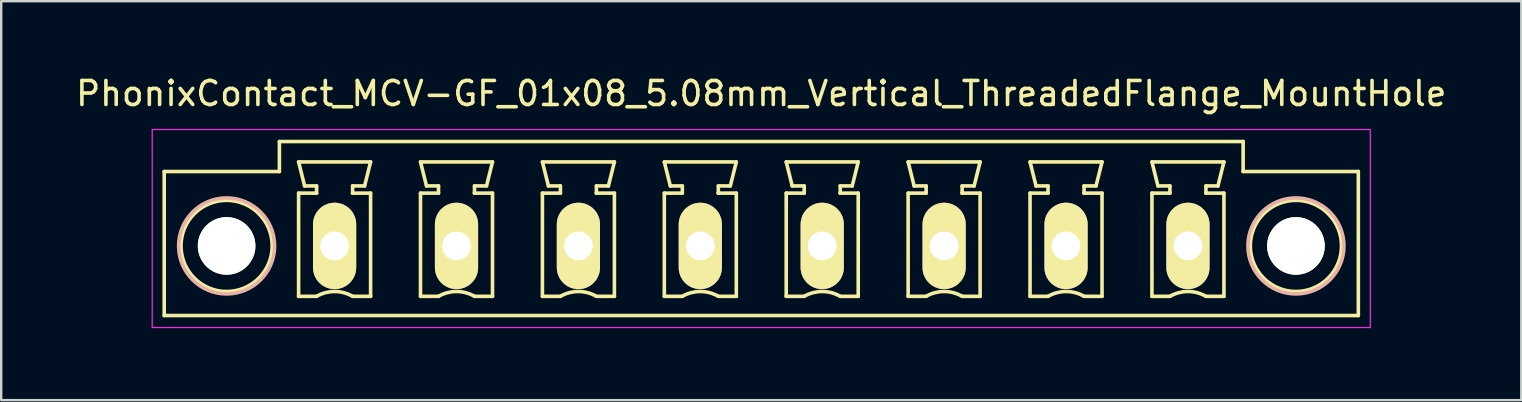
<source format=kicad_pcb>
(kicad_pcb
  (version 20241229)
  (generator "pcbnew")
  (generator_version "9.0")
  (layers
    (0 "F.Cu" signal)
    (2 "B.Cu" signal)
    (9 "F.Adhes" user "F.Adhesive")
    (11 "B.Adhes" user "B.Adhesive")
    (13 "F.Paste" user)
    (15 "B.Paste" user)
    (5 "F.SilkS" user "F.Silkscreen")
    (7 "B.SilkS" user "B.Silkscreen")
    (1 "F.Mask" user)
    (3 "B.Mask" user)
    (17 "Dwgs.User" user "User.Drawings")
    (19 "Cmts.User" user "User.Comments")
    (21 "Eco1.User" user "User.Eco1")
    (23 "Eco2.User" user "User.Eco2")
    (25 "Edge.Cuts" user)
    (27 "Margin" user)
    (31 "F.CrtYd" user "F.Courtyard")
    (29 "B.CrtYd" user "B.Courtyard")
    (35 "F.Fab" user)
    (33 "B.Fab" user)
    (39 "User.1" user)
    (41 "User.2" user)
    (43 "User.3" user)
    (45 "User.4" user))
  (footprint "PhonixContact_MCV-GF_01x08_5.08mm_Vertical_ThreadedFlange_MountHole"
    (layer "F.Cu")
    (at 10.893 7.198)
    (property "Reference" "PhonixContact_MCV-GF_01x08_5.08mm_Vertical_ThreadedFlange_MountHole" (at 17.78 -6.35 0) (layer "F.SilkS") (effects (font (size 1 1) (thickness 0.15))))
    (attr through_hole)
    (fp_line (start -7.1 -3.1) (end -7.1 2.9) (stroke (width 0.15) (type solid)) (layer "F.SilkS"))
    (fp_line (start -7.1 2.9) (end 42.66 2.9) (stroke (width 0.15) (type solid)) (layer "F.SilkS"))
    (fp_line (start -2.3 -4.35) (end -2.3 -3.1) (stroke (width 0.15) (type solid)) (layer "F.SilkS"))
    (fp_line (start -2.3 -3.1) (end -7.1 -3.1) (stroke (width 0.15) (type solid)) (layer "F.SilkS"))
    (fp_line (start -1.5 -3.5) (end 1.5 -3.5) (stroke (width 0.15) (type solid)) (layer "F.SilkS"))
    (fp_line (start -1.5 -2.2) (end -0.75 -2.2) (stroke (width 0.15) (type solid)) (layer "F.SilkS"))
    (fp_line (start -1.5 2.1) (end -1.5 -2.2) (stroke (width 0.15) (type solid)) (layer "F.SilkS"))
    (fp_line (start -1.25 -2.5) (end -1.5 -3.5) (stroke (width 0.15) (type solid)) (layer "F.SilkS"))
    (fp_line (start -0.75 -2.5) (end -1.25 -2.5) (stroke (width 0.15) (type solid)) (layer "F.SilkS"))
    (fp_line (start -0.75 -2.2) (end -0.75 -2.5) (stroke (width 0.15) (type solid)) (layer "F.SilkS"))
    (fp_line (start -0.75 2.1) (end -1.5 2.1) (stroke (width 0.15) (type solid)) (layer "F.SilkS"))
    (fp_line (start 0.75 -2.5) (end 0.75 -2.2) (stroke (width 0.15) (type solid)) (layer "F.SilkS"))
    (fp_line (start 0.75 -2.2) (end 0.75 -2.2) (stroke (width 0.15) (type solid)) (layer "F.SilkS"))
    (fp_line (start 0.75 -2.2) (end 1.5 -2.2) (stroke (width 0.15) (type solid)) (layer "F.SilkS"))
    (fp_line (start 1.25 -2.5) (end 0.75 -2.5) (stroke (width 0.15) (type solid)) (layer "F.SilkS"))
    (fp_line (start 1.5 -3.5) (end 1.25 -2.5) (stroke (width 0.15) (type solid)) (layer "F.SilkS"))
    (fp_line (start 1.5 -2.2) (end 1.5 2.1) (stroke (width 0.15) (type solid)) (layer "F.SilkS"))
    (fp_line (start 1.5 2.1) (end 0.75 2.1) (stroke (width 0.15) (type solid)) (layer "F.SilkS"))
    (fp_line (start 3.58 -3.5) (end 6.58 -3.5) (stroke (width 0.15) (type solid)) (layer "F.SilkS"))
    (fp_line (start 3.58 -2.2) (end 4.33 -2.2) (stroke (width 0.15) (type solid)) (layer "F.SilkS"))
    (fp_line (start 3.58 2.1) (end 3.58 -2.2) (stroke (width 0.15) (type solid)) (layer "F.SilkS"))
    (fp_line (start 3.83 -2.5) (end 3.58 -3.5) (stroke (width 0.15) (type solid)) (layer "F.SilkS"))
    (fp_line (start 4.33 -2.5) (end 3.83 -2.5) (stroke (width 0.15) (type solid)) (layer "F.SilkS"))
    (fp_line (start 4.33 -2.2) (end 4.33 -2.5) (stroke (width 0.15) (type solid)) (layer "F.SilkS"))
    (fp_line (start 4.33 2.1) (end 3.58 2.1) (stroke (width 0.15) (type solid)) (layer "F.SilkS"))
    (fp_line (start 5.83 -2.5) (end 5.83 -2.2) (stroke (width 0.15) (type solid)) (layer "F.SilkS"))
    (fp_line (start 5.83 -2.2) (end 5.83 -2.2) (stroke (width 0.15) (type solid)) (layer "F.SilkS"))
    (fp_line (start 5.83 -2.2) (end 6.58 -2.2) (stroke (width 0.15) (type solid)) (layer "F.SilkS"))
    (fp_line (start 6.33 -2.5) (end 5.83 -2.5) (stroke (width 0.15) (type solid)) (layer "F.SilkS"))
    (fp_line (start 6.58 -3.5) (end 6.33 -2.5) (stroke (width 0.15) (type solid)) (layer "F.SilkS"))
    (fp_line (start 6.58 -2.2) (end 6.58 2.1) (stroke (width 0.15) (type solid)) (layer "F.SilkS"))
    (fp_line (start 6.58 2.1) (end 5.83 2.1) (stroke (width 0.15) (type solid)) (layer "F.SilkS"))
    (fp_line (start 8.66 -3.5) (end 11.66 -3.5) (stroke (width 0.15) (type solid)) (layer "F.SilkS"))
    (fp_line (start 8.66 -2.2) (end 9.41 -2.2) (stroke (width 0.15) (type solid)) (layer "F.SilkS"))
    (fp_line (start 8.66 2.1) (end 8.66 -2.2) (stroke (width 0.15) (type solid)) (layer "F.SilkS"))
    (fp_line (start 8.91 -2.5) (end 8.66 -3.5) (stroke (width 0.15) (type solid)) (layer "F.SilkS"))
    (fp_line (start 9.41 -2.5) (end 8.91 -2.5) (stroke (width 0.15) (type solid)) (layer "F.SilkS"))
    (fp_line (start 9.41 -2.2) (end 9.41 -2.5) (stroke (width 0.15) (type solid)) (layer "F.SilkS"))
    (fp_line (start 9.41 2.1) (end 8.66 2.1) (stroke (width 0.15) (type solid)) (layer "F.SilkS"))
    (fp_line (start 10.91 -2.5) (end 10.91 -2.2) (stroke (width 0.15) (type solid)) (layer "F.SilkS"))
    (fp_line (start 10.91 -2.2) (end 10.91 -2.2) (stroke (width 0.15) (type solid)) (layer "F.SilkS"))
    (fp_line (start 10.91 -2.2) (end 11.66 -2.2) (stroke (width 0.15) (type solid)) (layer "F.SilkS"))
    (fp_line (start 11.41 -2.5) (end 10.91 -2.5) (stroke (width 0.15) (type solid)) (layer "F.SilkS"))
    (fp_line (start 11.66 -3.5) (end 11.41 -2.5) (stroke (width 0.15) (type solid)) (layer "F.SilkS"))
    (fp_line (start 11.66 -2.2) (end 11.66 2.1) (stroke (width 0.15) (type solid)) (layer "F.SilkS"))
    (fp_line (start 11.66 2.1) (end 10.91 2.1) (stroke (width 0.15) (type solid)) (layer "F.SilkS"))
    (fp_line (start 13.74 -3.5) (end 16.74 -3.5) (stroke (width 0.15) (type solid)) (layer "F.SilkS"))
    (fp_line (start 13.74 -2.2) (end 14.49 -2.2) (stroke (width 0.15) (type solid)) (layer "F.SilkS"))
    (fp_line (start 13.74 2.1) (end 13.74 -2.2) (stroke (width 0.15) (type solid)) (layer "F.SilkS"))
    (fp_line (start 13.99 -2.5) (end 13.74 -3.5) (stroke (width 0.15) (type solid)) (layer "F.SilkS"))
    (fp_line (start 14.49 -2.5) (end 13.99 -2.5) (stroke (width 0.15) (type solid)) (layer "F.SilkS"))
    (fp_line (start 14.49 -2.2) (end 14.49 -2.5) (stroke (width 0.15) (type solid)) (layer "F.SilkS"))
    (fp_line (start 14.49 2.1) (end 13.74 2.1) (stroke (width 0.15) (type solid)) (layer "F.SilkS"))
    (fp_line (start 15.99 -2.5) (end 15.99 -2.2) (stroke (width 0.15) (type solid)) (layer "F.SilkS"))
    (fp_line (start 15.99 -2.2) (end 15.99 -2.2) (stroke (width 0.15) (type solid)) (layer "F.SilkS"))
    (fp_line (start 15.99 -2.2) (end 16.74 -2.2) (stroke (width 0.15) (type solid)) (layer "F.SilkS"))
    (fp_line (start 16.49 -2.5) (end 15.99 -2.5) (stroke (width 0.15) (type solid)) (layer "F.SilkS"))
    (fp_line (start 16.74 -3.5) (end 16.49 -2.5) (stroke (width 0.15) (type solid)) (layer "F.SilkS"))
    (fp_line (start 16.74 -2.2) (end 16.74 2.1) (stroke (width 0.15) (type solid)) (layer "F.SilkS"))
    (fp_line (start 16.74 2.1) (end 15.99 2.1) (stroke (width 0.15) (type solid)) (layer "F.SilkS"))
    (fp_line (start 18.82 -3.5) (end 21.82 -3.5) (stroke (width 0.15) (type solid)) (layer "F.SilkS"))
    (fp_line (start 18.82 -2.2) (end 19.57 -2.2) (stroke (width 0.15) (type solid)) (layer "F.SilkS"))
    (fp_line (start 18.82 2.1) (end 18.82 -2.2) (stroke (width 0.15) (type solid)) (layer "F.SilkS"))
    (fp_line (start 19.07 -2.5) (end 18.82 -3.5) (stroke (width 0.15) (type solid)) (layer "F.SilkS"))
    (fp_line (start 19.57 -2.5) (end 19.07 -2.5) (stroke (width 0.15) (type solid)) (layer "F.SilkS"))
    (fp_line (start 19.57 -2.2) (end 19.57 -2.5) (stroke (width 0.15) (type solid)) (layer "F.SilkS"))
    (fp_line (start 19.57 2.1) (end 18.82 2.1) (stroke (width 0.15) (type solid)) (layer "F.SilkS"))
    (fp_line (start 21.07 -2.5) (end 21.07 -2.2) (stroke (width 0.15) (type solid)) (layer "F.SilkS"))
    (fp_line (start 21.07 -2.2) (end 21.07 -2.2) (stroke (width 0.15) (type solid)) (layer "F.SilkS"))
    (fp_line (start 21.07 -2.2) (end 21.82 -2.2) (stroke (width 0.15) (type solid)) (layer "F.SilkS"))
    (fp_line (start 21.57 -2.5) (end 21.07 -2.5) (stroke (width 0.15) (type solid)) (layer "F.SilkS"))
    (fp_line (start 21.82 -3.5) (end 21.57 -2.5) (stroke (width 0.15) (type solid)) (layer "F.SilkS"))
    (fp_line (start 21.82 -2.2) (end 21.82 2.1) (stroke (width 0.15) (type solid)) (layer "F.SilkS"))
    (fp_line (start 21.82 2.1) (end 21.07 2.1) (stroke (width 0.15) (type solid)) (layer "F.SilkS"))
    (fp_line (start 23.9 -3.5) (end 26.9 -3.5) (stroke (width 0.15) (type solid)) (layer "F.SilkS"))
    (fp_line (start 23.9 -2.2) (end 24.65 -2.2) (stroke (width 0.15) (type solid)) (layer "F.SilkS"))
    (fp_line (start 23.9 2.1) (end 23.9 -2.2) (stroke (width 0.15) (type solid)) (layer "F.SilkS"))
    (fp_line (start 24.15 -2.5) (end 23.9 -3.5) (stroke (width 0.15) (type solid)) (layer "F.SilkS"))
    (fp_line (start 24.65 -2.5) (end 24.15 -2.5) (stroke (width 0.15) (type solid)) (layer "F.SilkS"))
    (fp_line (start 24.65 -2.2) (end 24.65 -2.5) (stroke (width 0.15) (type solid)) (layer "F.SilkS"))
    (fp_line (start 24.65 2.1) (end 23.9 2.1) (stroke (width 0.15) (type solid)) (layer "F.SilkS"))
    (fp_line (start 26.15 -2.5) (end 26.15 -2.2) (stroke (width 0.15) (type solid)) (layer "F.SilkS"))
    (fp_line (start 26.15 -2.2) (end 26.15 -2.2) (stroke (width 0.15) (type solid)) (layer "F.SilkS"))
    (fp_line (start 26.15 -2.2) (end 26.9 -2.2) (stroke (width 0.15) (type solid)) (layer "F.SilkS"))
    (fp_line (start 26.65 -2.5) (end 26.15 -2.5) (stroke (width 0.15) (type solid)) (layer "F.SilkS"))
    (fp_line (start 26.9 -3.5) (end 26.65 -2.5) (stroke (width 0.15) (type solid)) (layer "F.SilkS"))
    (fp_line (start 26.9 -2.2) (end 26.9 2.1) (stroke (width 0.15) (type solid)) (layer "F.SilkS"))
    (fp_line (start 26.9 2.1) (end 26.15 2.1) (stroke (width 0.15) (type solid)) (layer "F.SilkS"))
    (fp_line (start 28.98 -3.5) (end 31.98 -3.5) (stroke (width 0.15) (type solid)) (layer "F.SilkS"))
    (fp_line (start 28.98 -2.2) (end 29.73 -2.2) (stroke (width 0.15) (type solid)) (layer "F.SilkS"))
    (fp_line (start 28.98 2.1) (end 28.98 -2.2) (stroke (width 0.15) (type solid)) (layer "F.SilkS"))
    (fp_line (start 29.23 -2.5) (end 28.98 -3.5) (stroke (width 0.15) (type solid)) (layer "F.SilkS"))
    (fp_line (start 29.73 -2.5) (end 29.23 -2.5) (stroke (width 0.15) (type solid)) (layer "F.SilkS"))
    (fp_line (start 29.73 -2.2) (end 29.73 -2.5) (stroke (width 0.15) (type solid)) (layer "F.SilkS"))
    (fp_line (start 29.73 2.1) (end 28.98 2.1) (stroke (width 0.15) (type solid)) (layer "F.SilkS"))
    (fp_line (start 31.23 -2.5) (end 31.23 -2.2) (stroke (width 0.15) (type solid)) (layer "F.SilkS"))
    (fp_line (start 31.23 -2.2) (end 31.23 -2.2) (stroke (width 0.15) (type solid)) (layer "F.SilkS"))
    (fp_line (start 31.23 -2.2) (end 31.98 -2.2) (stroke (width 0.15) (type solid)) (layer "F.SilkS"))
    (fp_line (start 31.73 -2.5) (end 31.23 -2.5) (stroke (width 0.15) (type solid)) (layer "F.SilkS"))
    (fp_line (start 31.98 -3.5) (end 31.73 -2.5) (stroke (width 0.15) (type solid)) (layer "F.SilkS"))
    (fp_line (start 31.98 -2.2) (end 31.98 2.1) (stroke (width 0.15) (type solid)) (layer "F.SilkS"))
    (fp_line (start 31.98 2.1) (end 31.23 2.1) (stroke (width 0.15) (type solid)) (layer "F.SilkS"))
    (fp_line (start 34.06 -3.5) (end 37.06 -3.5) (stroke (width 0.15) (type solid)) (layer "F.SilkS"))
    (fp_line (start 34.06 -2.2) (end 34.81 -2.2) (stroke (width 0.15) (type solid)) (layer "F.SilkS"))
    (fp_line (start 34.06 2.1) (end 34.06 -2.2) (stroke (width 0.15) (type solid)) (layer "F.SilkS"))
    (fp_line (start 34.31 -2.5) (end 34.06 -3.5) (stroke (width 0.15) (type solid)) (layer "F.SilkS"))
    (fp_line (start 34.81 -2.5) (end 34.31 -2.5) (stroke (width 0.15) (type solid)) (layer "F.SilkS"))
    (fp_line (start 34.81 -2.2) (end 34.81 -2.5) (stroke (width 0.15) (type solid)) (layer "F.SilkS"))
    (fp_line (start 34.81 2.1) (end 34.06 2.1) (stroke (width 0.15) (type solid)) (layer "F.SilkS"))
    (fp_line (start 36.31 -2.5) (end 36.31 -2.2) (stroke (width 0.15) (type solid)) (layer "F.SilkS"))
    (fp_line (start 36.31 -2.2) (end 36.31 -2.2) (stroke (width 0.15) (type solid)) (layer "F.SilkS"))
    (fp_line (start 36.31 -2.2) (end 37.06 -2.2) (stroke (width 0.15) (type solid)) (layer "F.SilkS"))
    (fp_line (start 36.81 -2.5) (end 36.31 -2.5) (stroke (width 0.15) (type solid)) (layer "F.SilkS"))
    (fp_line (start 37.06 -3.5) (end 36.81 -2.5) (stroke (width 0.15) (type solid)) (layer "F.SilkS"))
    (fp_line (start 37.06 -2.2) (end 37.06 2.1) (stroke (width 0.15) (type solid)) (layer "F.SilkS"))
    (fp_line (start 37.06 2.1) (end 36.31 2.1) (stroke (width 0.15) (type solid)) (layer "F.SilkS"))
    (fp_line (start 37.86 -4.35) (end -2.3 -4.35) (stroke (width 0.15) (type solid)) (layer "F.SilkS"))
    (fp_line (start 37.86 -3.1) (end 37.86 -4.35) (stroke (width 0.15) (type solid)) (layer "F.SilkS"))
    (fp_line (start 42.66 -3.1) (end 37.86 -3.1) (stroke (width 0.15) (type solid)) (layer "F.SilkS"))
    (fp_line (start 42.66 2.9) (end 42.66 -3.1) (stroke (width 0.15) (type solid)) (layer "F.SilkS"))
    (fp_arc (start -0.75 2.1) (mid -0.006068 1.899179) (end 0.739464 2.093978) (stroke (width 0.15) (type solid)) (layer "F.SilkS"))
    (fp_arc (start 4.33 2.1) (mid 5.073932 1.899179) (end 5.819464 2.093978) (stroke (width 0.15) (type solid)) (layer "F.SilkS"))
    (fp_arc (start 9.41 2.1) (mid 10.153932 1.899179) (end 10.899464 2.093978) (stroke (width 0.15) (type solid)) (layer "F.SilkS"))
    (fp_arc (start 14.49 2.1) (mid 15.233932 1.899179) (end 15.979464 2.093978) (stroke (width 0.15) (type solid)) (layer "F.SilkS"))
    (fp_arc (start 19.57 2.1) (mid 20.313932 1.899179) (end 21.059464 2.093978) (stroke (width 0.15) (type solid)) (layer "F.SilkS"))
    (fp_arc (start 24.65 2.1) (mid 25.393932 1.899179) (end 26.139464 2.093978) (stroke (width 0.15) (type solid)) (layer "F.SilkS"))
    (fp_arc (start 29.73 2.1) (mid 30.473932 1.899179) (end 31.219464 2.093978) (stroke (width 0.15) (type solid)) (layer "F.SilkS"))
    (fp_arc (start 34.81 2.1) (mid 35.553932 1.899179) (end 36.299464 2.093978) (stroke (width 0.15) (type solid)) (layer "F.SilkS"))
    (fp_circle (center -4.5 0) (end -2.6 0) (stroke (width 0.15) (type solid)) (fill no) (layer "F.SilkS"))
    (fp_circle (center 40.06 0) (end 41.96 0) (stroke (width 0.15) (type solid)) (fill no) (layer "F.SilkS"))
    (fp_circle (center -4.5 0) (end -2.5 0) (stroke (width 0.15) (type solid)) (fill no) (layer "B.SilkS"))
    (fp_circle (center 40.06 0) (end 42.06 0) (stroke (width 0.15) (type solid)) (fill no) (layer "B.SilkS"))
    (fp_line (start -7.6 -4.85) (end -7.6 3.4) (stroke (width 0.05) (type solid)) (layer "F.CrtYd"))
    (fp_line (start -7.6 3.4) (end 43.16 3.4) (stroke (width 0.05) (type solid)) (layer "F.CrtYd"))
    (fp_line (start 43.16 -4.85) (end -7.6 -4.85) (stroke (width 0.05) (type solid)) (layer "F.CrtYd"))
    (fp_line (start 43.16 3.4) (end 43.16 -4.85) (stroke (width 0.05) (type solid)) (layer "F.CrtYd"))
    (pad "" np_thru_hole circle (at -4.5 0) (size 2.4 2.4) (drill 2.4) (layers "*.Cu" "*.Mask" "F.SilkS"))
    (pad "" np_thru_hole circle (at 40.06 0) (size 2.4 2.4) (drill 2.4) (layers "*.Cu" "*.Mask" "F.SilkS"))
    (pad "1" thru_hole oval (at 0 0) (size 1.8 3.6) (drill 1.2) (layers "*.Cu" "*.Mask" "F.SilkS"))
    (pad "2" thru_hole oval (at 5.08 0) (size 1.8 3.6) (drill 1.2) (layers "*.Cu" "*.Mask" "F.SilkS"))
    (pad "3" thru_hole oval (at 10.16 0) (size 1.8 3.6) (drill 1.2) (layers "*.Cu" "*.Mask" "F.SilkS"))
    (pad "4" thru_hole oval (at 15.24 0) (size 1.8 3.6) (drill 1.2) (layers "*.Cu" "*.Mask" "F.SilkS"))
    (pad "5" thru_hole oval (at 20.32 0) (size 1.8 3.6) (drill 1.2) (layers "*.Cu" "*.Mask" "F.SilkS"))
    (pad "6" thru_hole oval (at 25.4 0) (size 1.8 3.6) (drill 1.2) (layers "*.Cu" "*.Mask" "F.SilkS"))
    (pad "7" thru_hole oval (at 30.48 0) (size 1.8 3.6) (drill 1.2) (layers "*.Cu" "*.Mask" "F.SilkS"))
    (pad "8" thru_hole oval (at 35.56 0) (size 1.8 3.6) (drill 1.2) (layers "*.Cu" "*.Mask" "F.SilkS")))
  (gr_rect
    (start -3 -3)
    (end 60.345 13.623)
    (stroke (width 0.1) (type default))
    (fill no)
    (layer "Edge.Cuts")))
</source>
